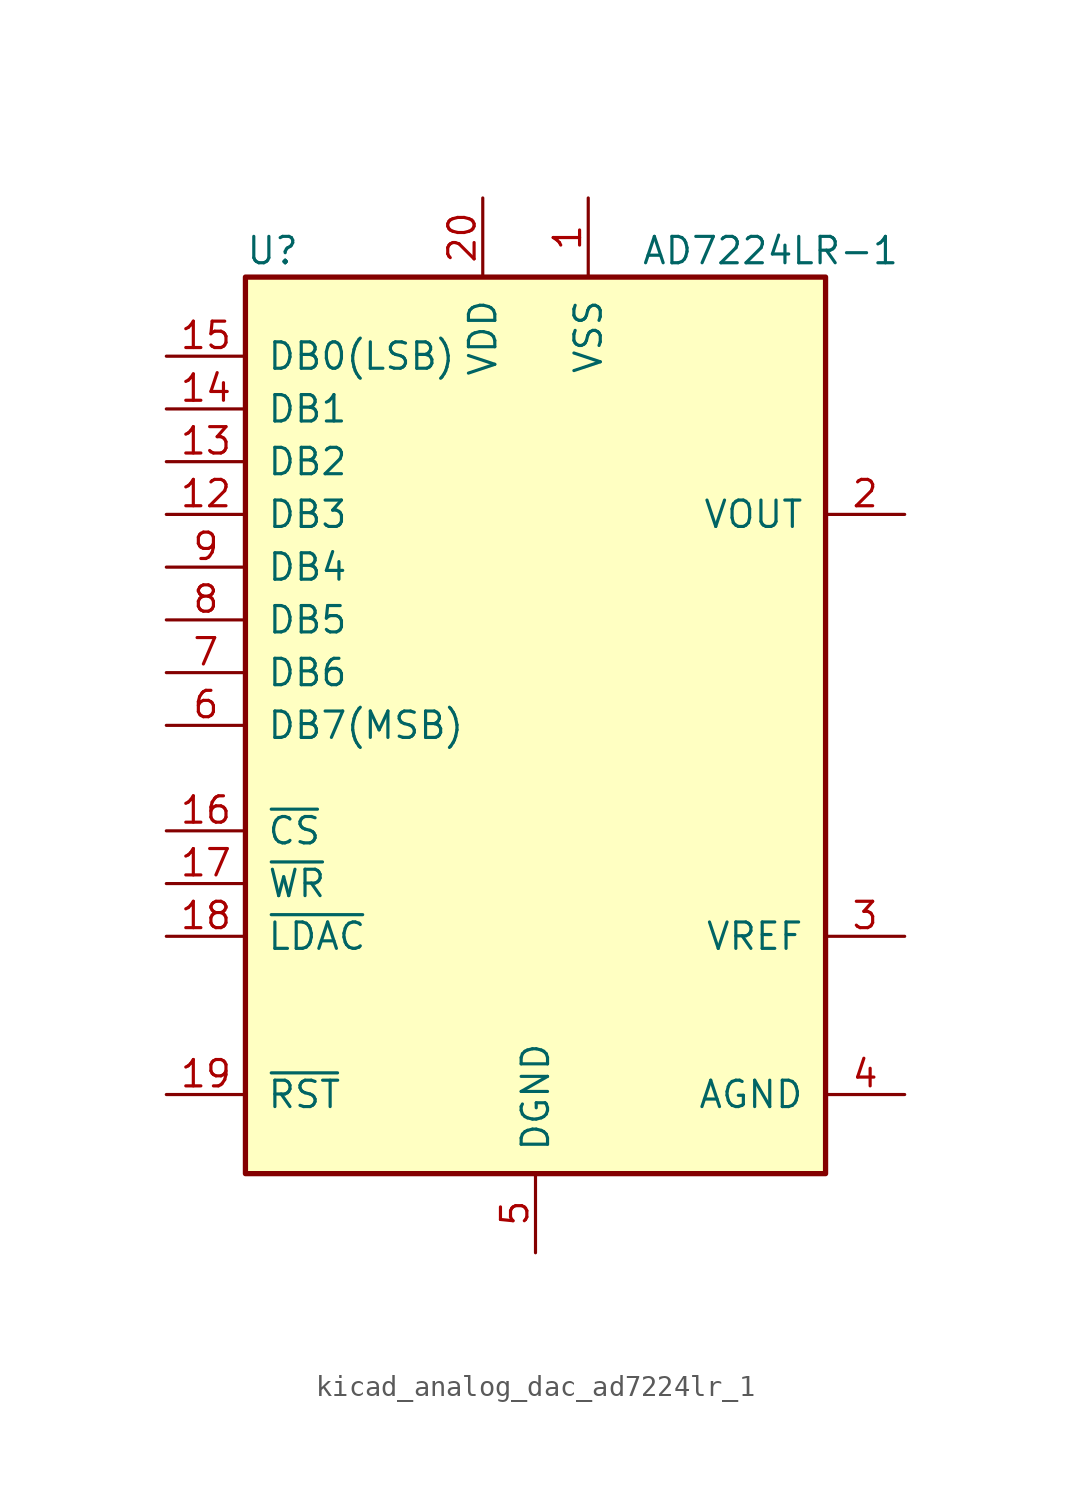
<source format=kicad_sym>
(kicad_symbol_lib
  (version 20220914)
  (generator kicad_symbol_editor)
  (symbol "kicad_analog_dac_ad7224lr_1"
    (pin_names
      (offset 1.016))
    (property "Reference" "U"
      (at -13.97 22.86 0)
      (effects (font (size 1.27 1.27)) (justify left)))
    (property "Value" "AD7224LR-1"
      (at 5.08 22.86 0)
      (effects (font (size 1.27 1.27)) (justify left)))
    (symbol "kicad_analog_dac_ad7224lr_1_1_1"
      (rectangle (start -13.97 -21.59) (end 13.97 21.59) (stroke (width 0.254) (type default)) (fill (type background)))
      (pin power_in line (at 2.54 25.4 270) (length 3.81) (name "VSS" (effects (font (size 1.27 1.27)))) (number "1" (effects (font (size 1.27 1.27)))))
      (pin input line (at -17.78 10.16 0) (length 3.81) (name "DB3" (effects (font (size 1.27 1.27)))) (number "12" (effects (font (size 1.27 1.27)))))
      (pin input line (at -17.78 12.7 0) (length 3.81) (name "DB2" (effects (font (size 1.27 1.27)))) (number "13" (effects (font (size 1.27 1.27)))))
      (pin input line (at -17.78 15.24 0) (length 3.81) (name "DB1" (effects (font (size 1.27 1.27)))) (number "14" (effects (font (size 1.27 1.27)))))
      (pin input line (at -17.78 17.78 0) (length 3.81) (name "DB0(LSB)" (effects (font (size 1.27 1.27)))) (number "15" (effects (font (size 1.27 1.27)))))
      (pin input line (at -17.78 -5.08 0) (length 3.81) (name "~{CS}" (effects (font (size 1.27 1.27)))) (number "16" (effects (font (size 1.27 1.27)))))
      (pin input line (at -17.78 -7.62 0) (length 3.81) (name "~{WR}" (effects (font (size 1.27 1.27)))) (number "17" (effects (font (size 1.27 1.27)))))
      (pin input line (at -17.78 -10.16 0) (length 3.81) (name "~{LDAC}" (effects (font (size 1.27 1.27)))) (number "18" (effects (font (size 1.27 1.27)))))
      (pin input line (at -17.78 -17.78 0) (length 3.81) (name "~{RST}" (effects (font (size 1.27 1.27)))) (number "19" (effects (font (size 1.27 1.27)))))
      (pin output line (at 17.78 10.16 180) (length 3.81) (name "VOUT" (effects (font (size 1.27 1.27)))) (number "2" (effects (font (size 1.27 1.27)))))
      (pin power_in line (at -2.54 25.4 270) (length 3.81) (name "VDD" (effects (font (size 1.27 1.27)))) (number "20" (effects (font (size 1.27 1.27)))))
      (pin passive line (at 17.78 -10.16 180) (length 3.81) (name "VREF" (effects (font (size 1.27 1.27)))) (number "3" (effects (font (size 1.27 1.27)))))
      (pin passive line (at 17.78 -17.78 180) (length 3.81) (name "AGND" (effects (font (size 1.27 1.27)))) (number "4" (effects (font (size 1.27 1.27)))))
      (pin power_in line (at 0 -25.4 90) (length 3.81) (name "DGND" (effects (font (size 1.27 1.27)))) (number "5" (effects (font (size 1.27 1.27)))))
      (pin input line (at -17.78 0 0) (length 3.81) (name "DB7(MSB)" (effects (font (size 1.27 1.27)))) (number "6" (effects (font (size 1.27 1.27)))))
      (pin input line (at -17.78 2.54 0) (length 3.81) (name "DB6" (effects (font (size 1.27 1.27)))) (number "7" (effects (font (size 1.27 1.27)))))
      (pin input line (at -17.78 5.08 0) (length 3.81) (name "DB5" (effects (font (size 1.27 1.27)))) (number "8" (effects (font (size 1.27 1.27)))))
      (pin input line (at -17.78 7.62 0) (length 3.81) (name "DB4" (effects (font (size 1.27 1.27)))) (number "9" (effects (font (size 1.27 1.27))))))))
</source>
